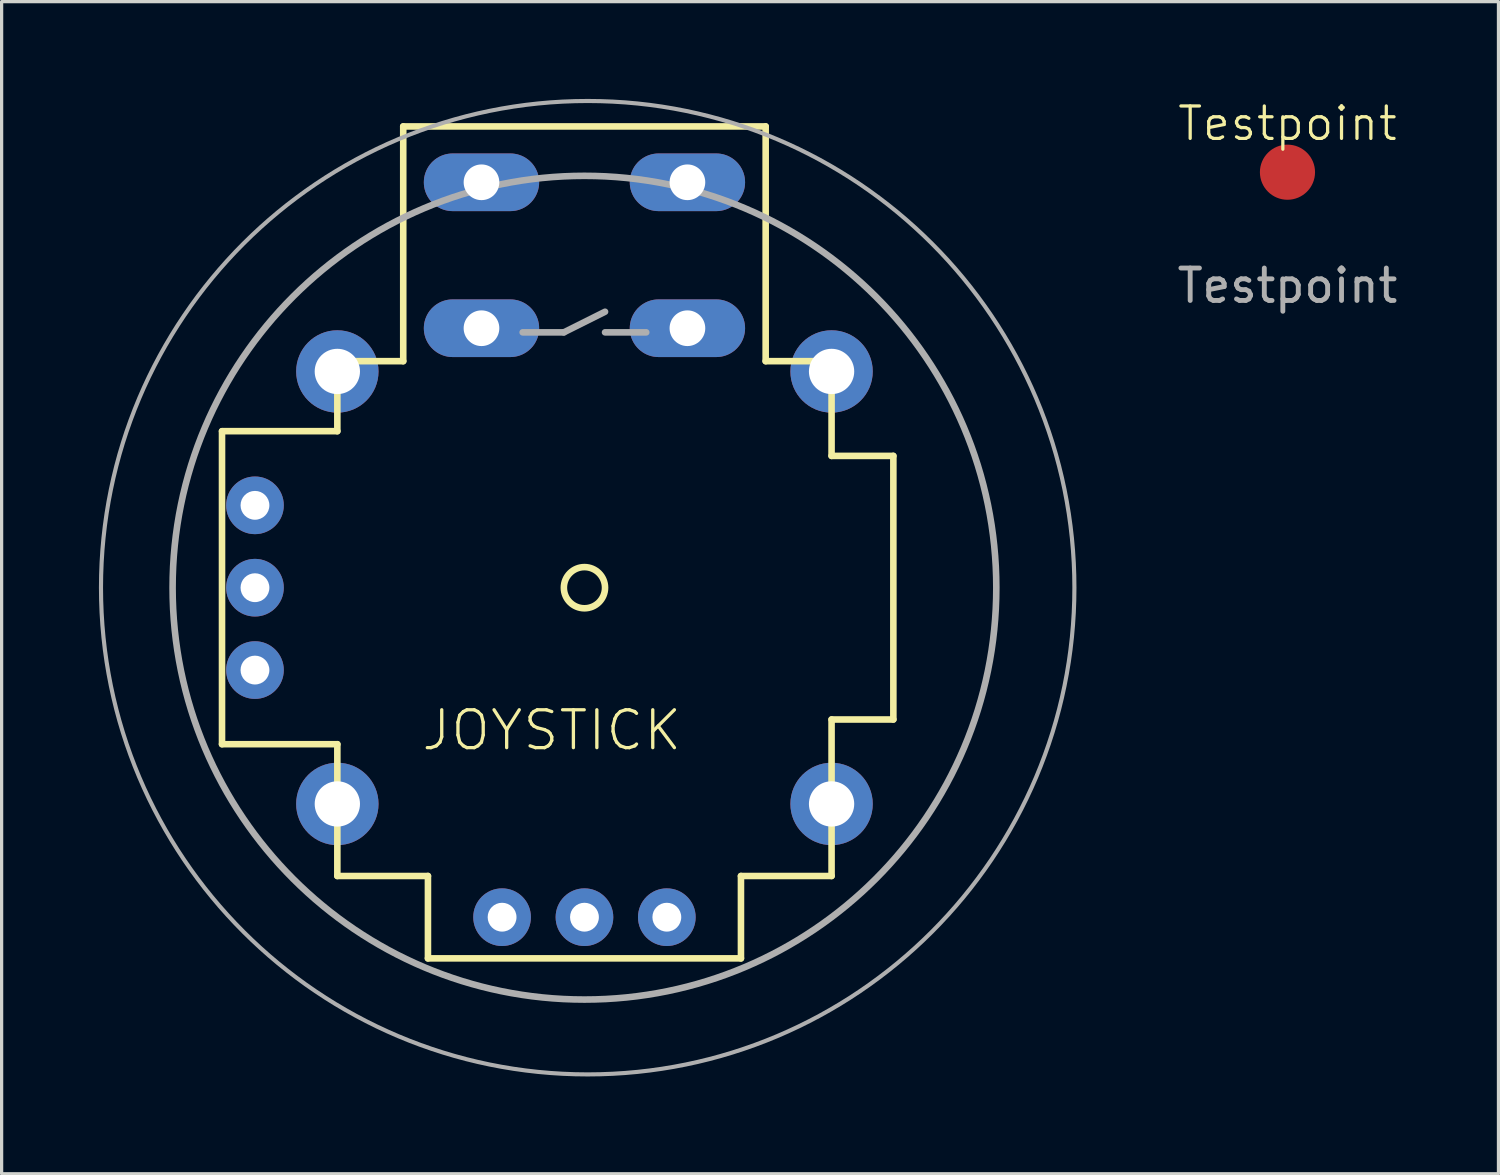
<source format=kicad_pcb>
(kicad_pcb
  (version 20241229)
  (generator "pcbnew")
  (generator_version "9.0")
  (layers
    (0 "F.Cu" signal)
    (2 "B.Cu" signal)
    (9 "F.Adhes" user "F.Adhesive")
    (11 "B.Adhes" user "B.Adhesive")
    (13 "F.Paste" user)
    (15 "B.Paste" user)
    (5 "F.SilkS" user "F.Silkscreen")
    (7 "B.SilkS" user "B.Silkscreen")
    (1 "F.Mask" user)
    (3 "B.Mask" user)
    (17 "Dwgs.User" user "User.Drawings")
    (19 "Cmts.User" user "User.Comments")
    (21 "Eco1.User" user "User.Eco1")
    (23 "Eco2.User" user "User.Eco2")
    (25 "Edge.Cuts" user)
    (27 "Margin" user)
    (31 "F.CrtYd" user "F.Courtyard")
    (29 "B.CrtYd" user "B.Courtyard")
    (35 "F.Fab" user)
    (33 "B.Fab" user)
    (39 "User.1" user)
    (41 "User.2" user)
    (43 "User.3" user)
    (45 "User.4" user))
  (footprint "JOYSTICK"
    (layer "F.Cu")
    (at 14.972 15.072)
    (property "Reference" "JOYSTICK" (at -5.08 5.08 0) (unlocked yes) (layer "F.SilkS") (effects (font (size 1.168 1.168) (thickness 0.102)) (justify left bottom)))
    (fp_line (start -11.176 -4.826) (end -11.176 4.826) (stroke (width 0.203) (type solid)) (layer "F.SilkS"))
    (fp_line (start -7.62 -4.826) (end -11.176 -4.826) (stroke (width 0.203) (type solid)) (layer "F.SilkS"))
    (fp_line (start -7.62 -4.826) (end -7.62 -6.985) (stroke (width 0.203) (type solid)) (layer "F.SilkS"))
    (fp_line (start -7.62 4.826) (end -11.176 4.826) (stroke (width 0.203) (type solid)) (layer "F.SilkS"))
    (fp_line (start -7.62 4.826) (end -7.62 8.89) (stroke (width 0.203) (type solid)) (layer "F.SilkS"))
    (fp_line (start -5.588 -14.224) (end -5.588 -6.985) (stroke (width 0.203) (type solid)) (layer "F.SilkS"))
    (fp_line (start -5.588 -6.985) (end -7.62 -6.985) (stroke (width 0.203) (type solid)) (layer "F.SilkS"))
    (fp_line (start -4.826 8.89) (end -7.62 8.89) (stroke (width 0.203) (type solid)) (layer "F.SilkS"))
    (fp_line (start -4.826 11.43) (end -4.826 8.89) (stroke (width 0.203) (type solid)) (layer "F.SilkS"))
    (fp_line (start 4.826 8.89) (end 7.62 8.89) (stroke (width 0.203) (type solid)) (layer "F.SilkS"))
    (fp_line (start 4.826 11.43) (end -4.826 11.43) (stroke (width 0.203) (type solid)) (layer "F.SilkS"))
    (fp_line (start 4.826 11.43) (end 4.826 8.89) (stroke (width 0.203) (type solid)) (layer "F.SilkS"))
    (fp_line (start 5.588 -14.224) (end -5.588 -14.224) (stroke (width 0.203) (type solid)) (layer "F.SilkS"))
    (fp_line (start 5.588 -14.224) (end 5.588 -6.985) (stroke (width 0.203) (type solid)) (layer "F.SilkS"))
    (fp_line (start 7.62 -6.985) (end 5.588 -6.985) (stroke (width 0.203) (type solid)) (layer "F.SilkS"))
    (fp_line (start 7.62 -4.064) (end 7.62 -6.985) (stroke (width 0.203) (type solid)) (layer "F.SilkS"))
    (fp_line (start 7.62 -4.064) (end 9.525 -4.064) (stroke (width 0.203) (type solid)) (layer "F.SilkS"))
    (fp_line (start 7.62 4.064) (end 7.62 8.89) (stroke (width 0.203) (type solid)) (layer "F.SilkS"))
    (fp_line (start 7.62 4.064) (end 9.525 4.064) (stroke (width 0.203) (type solid)) (layer "F.SilkS"))
    (fp_line (start 9.525 -4.064) (end 9.525 4.064) (stroke (width 0.203) (type solid)) (layer "F.SilkS"))
    (fp_circle (center 0 0) (end 0.635 0) (stroke (width 0.203) (type solid)) (fill no) (layer "F.SilkS"))
    (fp_line (start -1.905 -7.874) (end -0.635 -7.874) (stroke (width 0.203) (type solid)) (layer "F.Fab"))
    (fp_line (start -0.635 -7.874) (end 0.635 -8.509) (stroke (width 0.203) (type solid)) (layer "F.Fab"))
    (fp_line (start 0.635 -7.874) (end 1.905 -7.874) (stroke (width 0.203) (type solid)) (layer "F.Fab"))
    (fp_circle (center 0 0) (end 12.7 0) (stroke (width 0.203) (type solid)) (fill no) (layer "F.Fab"))
    (fp_circle (center 0.1 0) (end 15.108 0) (stroke (width 0.127) (type solid)) (fill no) (layer "F.Fab"))
    (pad "B1A" thru_hole oval (at -3.175 -12.501) (size 3.556 1.778) (drill 1.1) (layers "*.Cu" "*.Mask"))
    (pad "B1B" thru_hole oval (at 3.175 -12.501) (size 3.556 1.778) (drill 1.1) (layers "*.Cu" "*.Mask"))
    (pad "B2A" thru_hole oval (at -3.175 -8.001) (size 3.556 1.778) (drill 1.1) (layers "*.Cu" "*.Mask"))
    (pad "B2B" thru_hole oval (at 3.175 -8.001) (size 3.556 1.778) (drill 1.1) (layers "*.Cu" "*.Mask"))
    (pad "H1" thru_hole circle (at -2.54 10.16) (size 1.778 1.778) (drill 0.889) (layers "*.Cu" "*.Mask"))
    (pad "H2" thru_hole circle (at 0 10.16) (size 1.778 1.778) (drill 0.889) (layers "*.Cu" "*.Mask"))
    (pad "H3" thru_hole circle (at 2.54 10.16) (size 1.778 1.778) (drill 0.889) (layers "*.Cu" "*.Mask"))
    (pad "MOUNT1" thru_hole circle (at -7.62 -6.668) (size 2.54 2.54) (drill 1.397) (layers "*.Cu" "*.Mask"))
    (pad "MOUNT2" thru_hole circle (at -7.62 6.668) (size 2.54 2.54) (drill 1.397) (layers "*.Cu" "*.Mask"))
    (pad "MOUNT3" thru_hole circle (at 7.62 6.668) (size 2.54 2.54) (drill 1.397) (layers "*.Cu" "*.Mask"))
    (pad "MOUNT4" thru_hole circle (at 7.62 -6.668) (size 2.54 2.54) (drill 1.397) (layers "*.Cu" "*.Mask"))
    (pad "V1" thru_hole circle (at -10.16 -2.54) (size 1.778 1.778) (drill 0.889) (layers "*.Cu" "*.Mask"))
    (pad "V2" thru_hole circle (at -10.16 0) (size 1.778 1.778) (drill 0.889) (layers "*.Cu" "*.Mask"))
    (pad "V3" thru_hole circle (at -10.16 2.54) (size 1.778 1.778) (drill 0.889) (layers "*.Cu" "*.Mask")))
  (footprint "Testpoint"
    (layer "F.Cu")
    (at 36.65 2.26)
    (property "Reference" "Testpoint" (at 0 -1.5 0) (unlocked yes) (layer "F.SilkS") (effects (font (size 1 1) (thickness 0.1))))
    (fp_text user "${REFERENCE}" (at 0 3.5 0) (unlocked yes) (layer "F.Fab") (effects (font (size 1 1) (thickness 0.15))))
    (pad "1" smd circle (at 0 0) (size 1.7 1.7) (layers "F.Cu" "F.Mask" "F.Paste")))
  (gr_rect
    (start -3 -3)
    (end 43.156 33.144)
    (stroke (width 0.1) (type default))
    (fill no)
    (layer "Edge.Cuts")))
</source>
